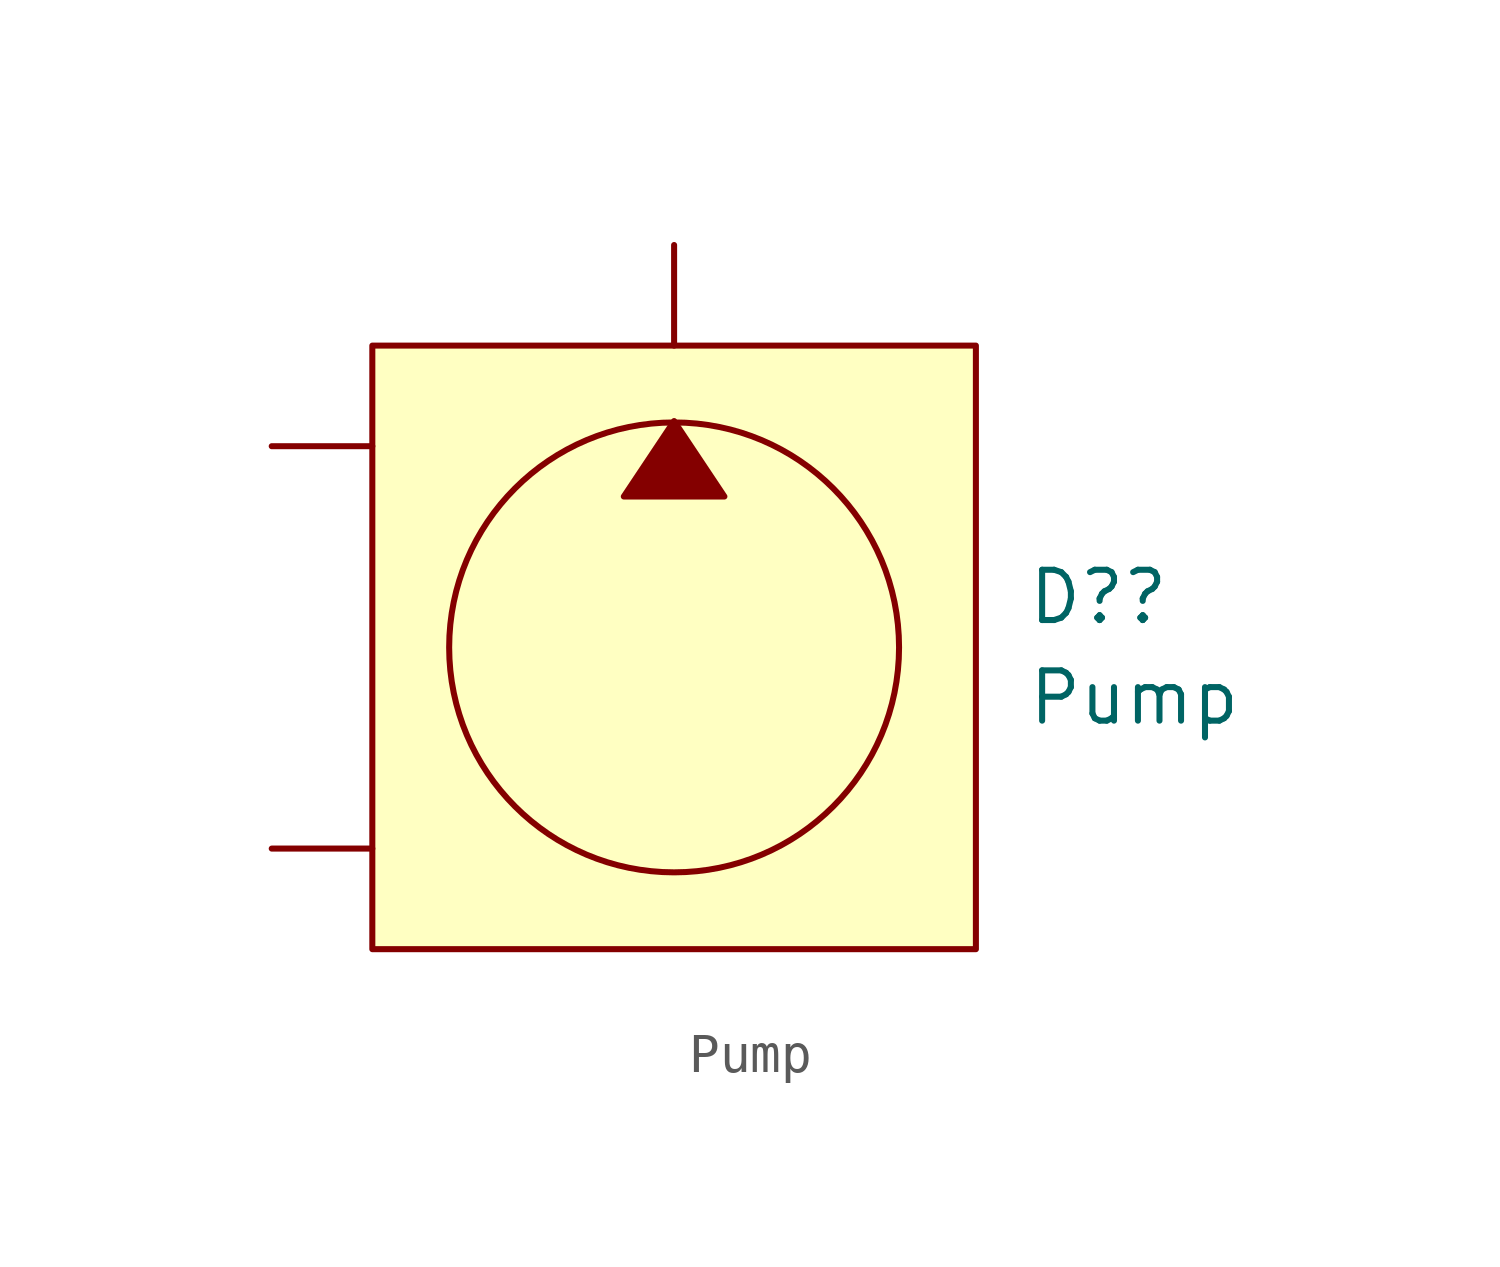
<source format=kicad_sym>
(kicad_symbol_lib
  (version 20211014)
  (generator kicad_symbol_editor)
  (symbol "Pump"
    (property "Reference" "D?"
      (at 8.89 1.27 0)
      (effects (font (size 1.27 1.27)) (justify left)))
    (property "Value" "Pump"
      (at 8.89 -1.27 0)
      (effects (font (size 1.27 1.27)) (justify left)))
    (symbol "Pump_0_1"
      (rectangle (start -7.62 7.62) (end 7.62 -7.62) (stroke (width 0) (type default) (color 0 0 0 0)) (fill (type background)))
      (polyline (pts (xy 0 5.715) (xy -1.27 3.81) (xy 1.27 3.81) (xy 0 5.715)) (stroke (width 0) (type default) (color 0 0 0 0)) (fill (type outline)))
      (circle (center 0 0) (radius 5.68) (stroke (width 0) (type default) (color 0 0 0 0)) (fill (type none))))
    (symbol "Pump_1_1"
      (pin input line (at -10.16 -5.08 0) (length 2.54) (name "" (effects (font (size 1.27 1.27)))) (number "" (effects (font (size 1.27 1.27)))))
      (pin input line (at -10.16 5.08 0) (length 2.54) (name "" (effects (font (size 1.27 1.27)))) (number "" (effects (font (size 1.27 1.27)))))
      (pin input line (at 0 10.16 270) (length 2.54) (name "" (effects (font (size 1.27 1.27)))) (number "" (effects (font (size 1.27 1.27))))))))
</source>
